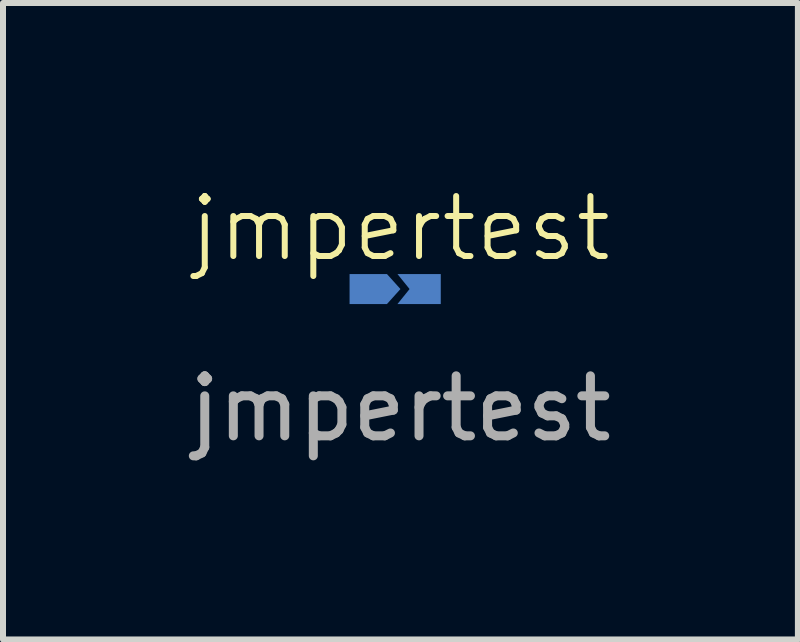
<source format=kicad_pcb>
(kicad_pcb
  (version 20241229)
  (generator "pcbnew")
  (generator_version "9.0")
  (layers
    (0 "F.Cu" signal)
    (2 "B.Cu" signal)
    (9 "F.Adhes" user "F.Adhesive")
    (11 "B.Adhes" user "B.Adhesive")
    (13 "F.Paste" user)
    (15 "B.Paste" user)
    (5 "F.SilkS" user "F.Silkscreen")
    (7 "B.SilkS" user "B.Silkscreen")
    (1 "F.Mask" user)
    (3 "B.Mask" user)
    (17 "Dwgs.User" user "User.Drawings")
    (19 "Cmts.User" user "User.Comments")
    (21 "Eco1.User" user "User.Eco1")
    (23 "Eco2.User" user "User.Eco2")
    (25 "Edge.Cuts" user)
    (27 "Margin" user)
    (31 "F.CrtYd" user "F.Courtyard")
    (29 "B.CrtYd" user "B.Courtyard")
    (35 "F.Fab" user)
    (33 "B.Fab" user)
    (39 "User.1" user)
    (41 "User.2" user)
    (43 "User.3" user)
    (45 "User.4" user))
  (footprint "jmpertest"
    (layer "F.Cu")
    (at 3.625 1.26)
    (property "Reference" "jmpertest" (at 0 -0.5 0) (unlocked yes) (layer "F.SilkS") (effects (font (size 1 1) (thickness 0.1))))
    (attr smd)
    (fp_text user "${REFERENCE}" (at 0 2.5 0) (unlocked yes) (layer "F.Fab") (effects (font (size 1 1) (thickness 0.15))))
    (pad "1" smd custom (at -0.533 0.508) (size 0.3 0.3) (layers "B.Cu" "B.Mask") (options (anchor rect)) (primitives (gr_poly (pts (xy 0.533 0) (xy 0.308 -0.25) (xy -0.315 -0.25) (xy -0.315 0.25) (xy 0.308 0.25)) (width 0) (fill yes))))
    (pad "2" smd custom (at 0.381 0.508) (size 0.3 0.3) (layers "B.Cu" "B.Mask") (options (anchor rect)) (primitives (gr_poly (pts (xy 0.291 -0.25) (xy -0.431 -0.25) (xy -0.229 0) (xy -0.431 0.25) (xy 0.291 0.25)) (width 0) (fill yes)))))
  (gr_rect
    (start -3 -3)
    (end 10.25 7.609)
    (stroke (width 0.1) (type default))
    (fill no)
    (layer "Edge.Cuts")))
</source>
